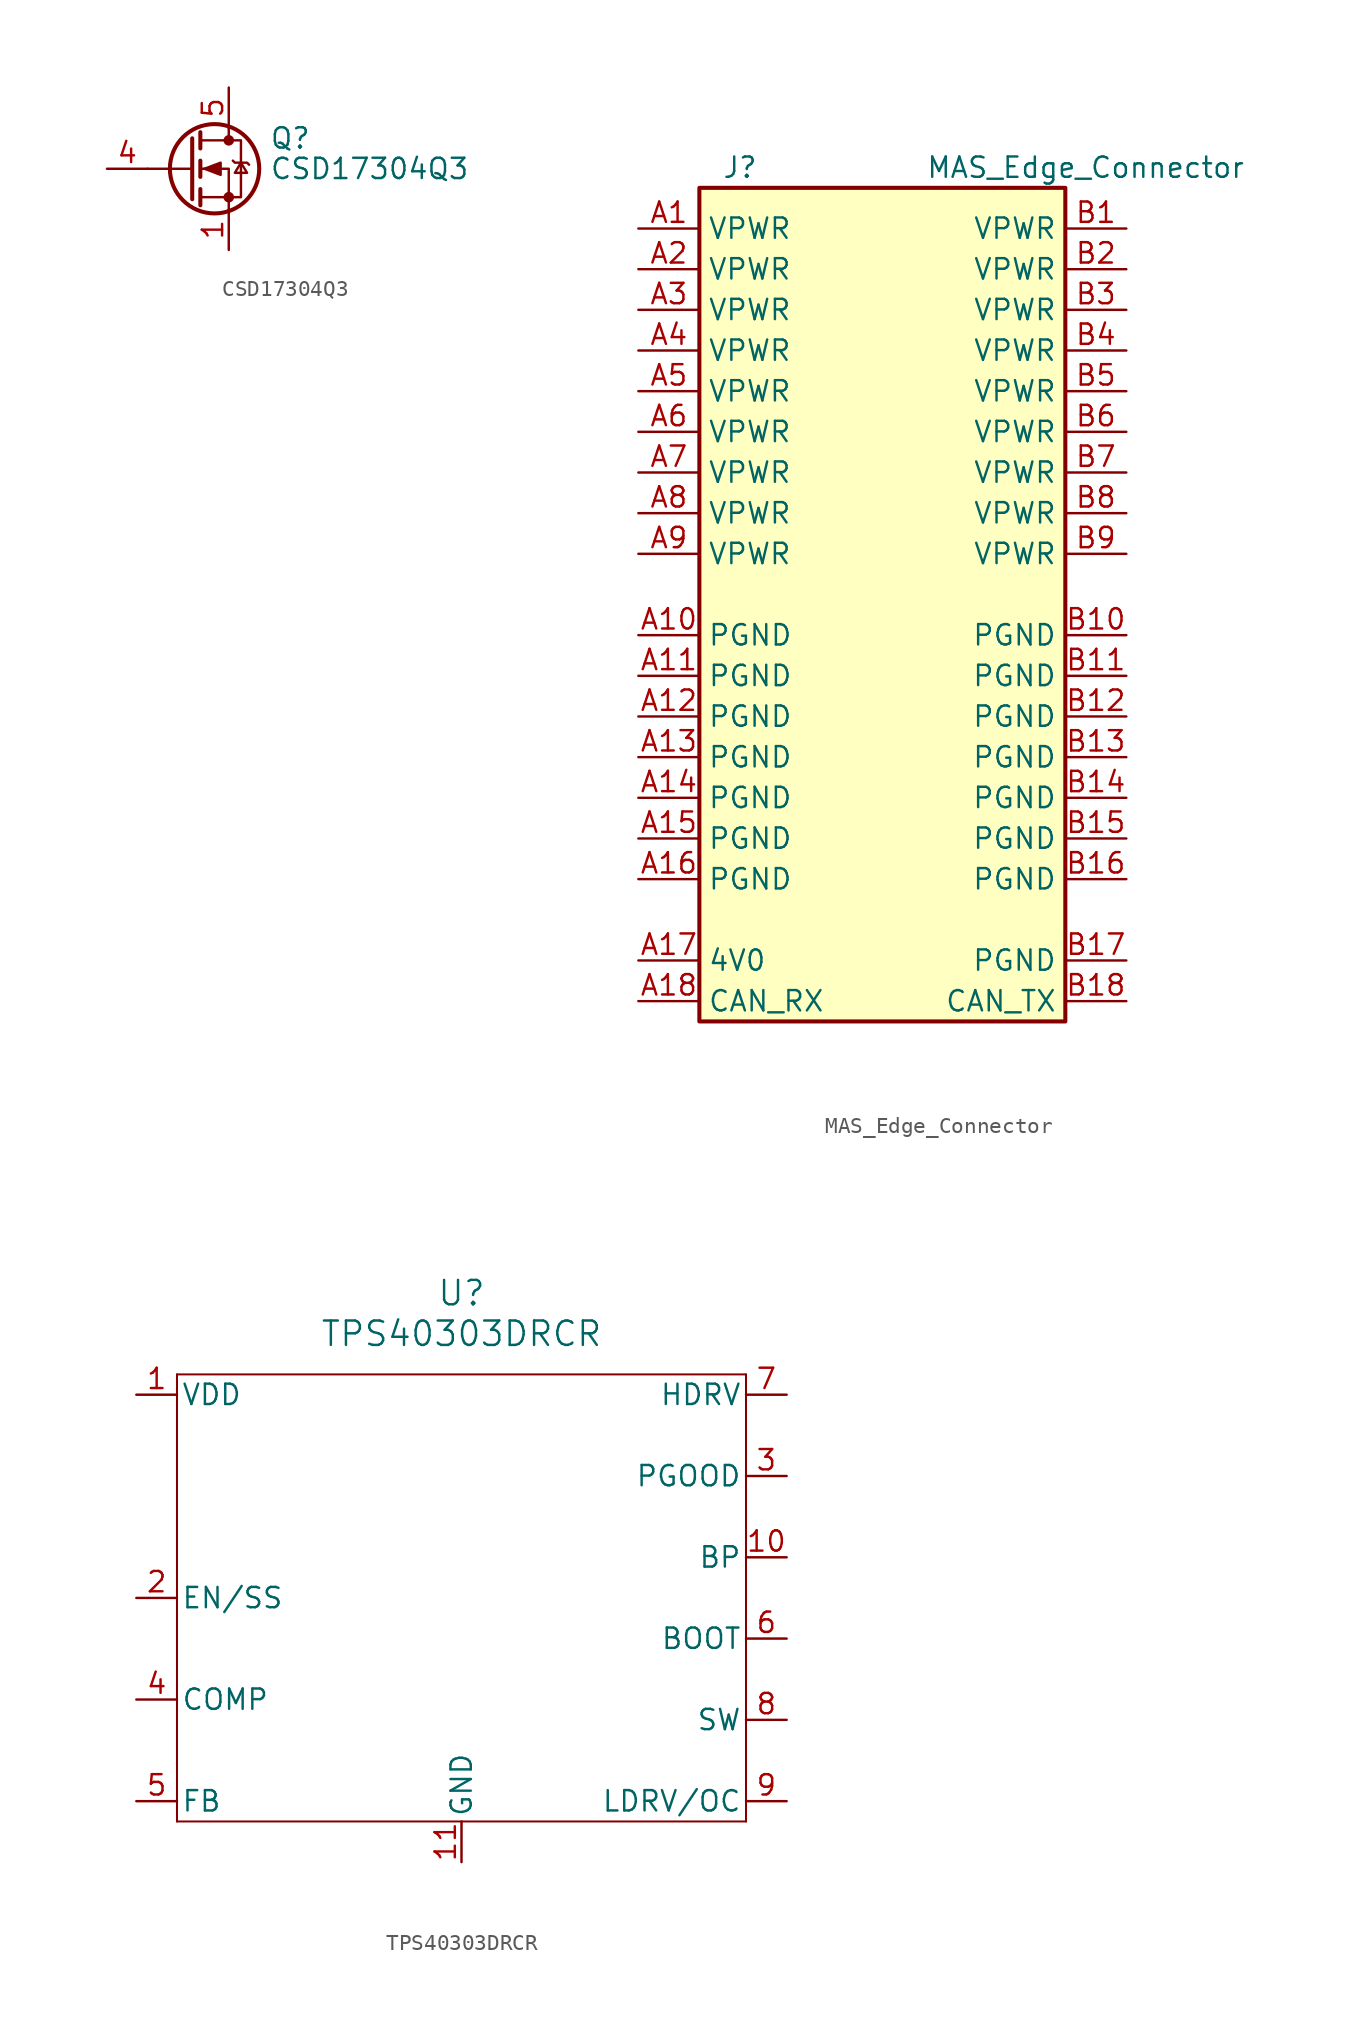
<source format=kicad_sym>
(kicad_symbol_lib
  (version 20220914)
  (generator kicad_symbol_editor)
  (symbol "CSD17304Q3"
    (pin_names hide)
    (property "Reference" "Q"
      (at 5.08 1.905 0)
      (effects (font (size 1.27 1.27)) (justify left)))
    (property "Value" "CSD17304Q3"
      (at 5.08 0 0)
      (effects (font (size 1.27 1.27)) (justify left)))
    (symbol "CSD17304Q3_0_1"
      (polyline (pts (xy 0.254 0) (xy -2.54 0)) (stroke (width 0) (type default)) (fill (type none)))
      (polyline (pts (xy 0.254 1.905) (xy 0.254 -1.905)) (stroke (width 0.254) (type default)) (fill (type none)))
      (polyline (pts (xy 0.762 -1.27) (xy 0.762 -2.286)) (stroke (width 0.254) (type default)) (fill (type none)))
      (polyline (pts (xy 0.762 0.508) (xy 0.762 -0.508)) (stroke (width 0.254) (type default)) (fill (type none)))
      (polyline (pts (xy 0.762 2.286) (xy 0.762 1.27)) (stroke (width 0.254) (type default)) (fill (type none)))
      (polyline (pts (xy 2.54 2.54) (xy 2.54 1.778)) (stroke (width 0) (type default)) (fill (type none)))
      (polyline (pts (xy 2.54 -2.54) (xy 2.54 0) (xy 0.762 0)) (stroke (width 0) (type default)) (fill (type none)))
      (polyline (pts (xy 0.762 -1.778) (xy 3.302 -1.778) (xy 3.302 1.778) (xy 0.762 1.778)) (stroke (width 0) (type default)) (fill (type none)))
      (polyline (pts (xy 1.016 0) (xy 2.032 0.381) (xy 2.032 -0.381) (xy 1.016 0)) (stroke (width 0) (type default)) (fill (type outline)))
      (polyline (pts (xy 2.794 0.508) (xy 2.921 0.381) (xy 3.683 0.381) (xy 3.81 0.254)) (stroke (width 0) (type default)) (fill (type none)))
      (polyline (pts (xy 3.302 0.381) (xy 2.921 -0.254) (xy 3.683 -0.254) (xy 3.302 0.381)) (stroke (width 0) (type default)) (fill (type none)))
      (circle (center 1.651 0) (radius 2.794) (stroke (width 0.254) (type default)) (fill (type none)))
      (circle (center 2.54 -1.778) (radius 0.254) (stroke (width 0) (type default)) (fill (type outline)))
      (circle (center 2.54 1.778) (radius 0.254) (stroke (width 0) (type default)) (fill (type outline))))
    (symbol "CSD17304Q3_1_1"
      (pin passive line (at 2.54 -5.08 90) (length 2.54) (name "S" (effects (font (size 1.27 1.27)))) (number "1" (effects (font (size 1.27 1.27)))))
      (pin passive line (at 2.54 -5.08 90) (length 2.54) hide (name "S" (effects (font (size 1.27 1.27)))) (number "2" (effects (font (size 1.27 1.27)))))
      (pin passive line (at 2.54 -5.08 90) (length 2.54) hide (name "S" (effects (font (size 1.27 1.27)))) (number "3" (effects (font (size 1.27 1.27)))))
      (pin passive line (at -5.08 0 0) (length 2.54) (name "G" (effects (font (size 1.27 1.27)))) (number "4" (effects (font (size 1.27 1.27)))))
      (pin passive line (at 2.54 5.08 270) (length 2.54) (name "D" (effects (font (size 1.27 1.27)))) (number "5" (effects (font (size 1.27 1.27)))))))
  (symbol "MAS_Edge_Connector"
    (property "Reference" "J"
      (at -8.89 22.86 0)
      (effects (font (size 1.27 1.27))))
    (property "Value" "MAS_Edge_Connector"
      (at 12.7 22.86 0)
      (effects (font (size 1.27 1.27))))
    (symbol "MAS_Edge_Connector_0_1"
      (rectangle (start -11.43 21.59) (end 11.43 -30.48) (stroke (width 0.254) (type default)) (fill (type background))))
    (symbol "MAS_Edge_Connector_1_1"
      (pin power_in line (at -15.24 19.05 0) (length 3.81) (name "VPWR" (effects (font (size 1.27 1.27)))) (number "A1" (effects (font (size 1.27 1.27)))))
      (pin input line (at -15.24 -6.35 0) (length 3.81) (name "PGND" (effects (font (size 1.27 1.27)))) (number "A10" (effects (font (size 1.27 1.27)))))
      (pin power_in line (at -15.24 -8.89 0) (length 3.81) (name "PGND" (effects (font (size 1.27 1.27)))) (number "A11" (effects (font (size 1.27 1.27)))))
      (pin power_in line (at -15.24 -11.43 0) (length 3.81) (name "PGND" (effects (font (size 1.27 1.27)))) (number "A12" (effects (font (size 1.27 1.27)))))
      (pin power_in line (at -15.24 -13.97 0) (length 3.81) (name "PGND" (effects (font (size 1.27 1.27)))) (number "A13" (effects (font (size 1.27 1.27)))))
      (pin power_in line (at -15.24 -16.51 0) (length 3.81) (name "PGND" (effects (font (size 1.27 1.27)))) (number "A14" (effects (font (size 1.27 1.27)))))
      (pin power_in line (at -15.24 -19.05 0) (length 3.81) (name "PGND" (effects (font (size 1.27 1.27)))) (number "A15" (effects (font (size 1.27 1.27)))))
      (pin power_in line (at -15.24 -21.59 0) (length 3.81) (name "PGND" (effects (font (size 1.27 1.27)))) (number "A16" (effects (font (size 1.27 1.27)))))
      (pin power_in line (at -15.24 -26.67 0) (length 3.81) (name "4V0" (effects (font (size 1.27 1.27)))) (number "A17" (effects (font (size 1.27 1.27)))))
      (pin power_in line (at -15.24 -29.21 0) (length 3.81) (name "CAN_RX" (effects (font (size 1.27 1.27)))) (number "A18" (effects (font (size 1.27 1.27)))))
      (pin power_in line (at -15.24 16.51 0) (length 3.81) (name "VPWR" (effects (font (size 1.27 1.27)))) (number "A2" (effects (font (size 1.27 1.27)))))
      (pin power_in line (at -15.24 13.97 0) (length 3.81) (name "VPWR" (effects (font (size 1.27 1.27)))) (number "A3" (effects (font (size 1.27 1.27)))))
      (pin power_in line (at -15.24 11.43 0) (length 3.81) (name "VPWR" (effects (font (size 1.27 1.27)))) (number "A4" (effects (font (size 1.27 1.27)))))
      (pin power_in line (at -15.24 8.89 0) (length 3.81) (name "VPWR" (effects (font (size 1.27 1.27)))) (number "A5" (effects (font (size 1.27 1.27)))))
      (pin power_in line (at -15.24 6.35 0) (length 3.81) (name "VPWR" (effects (font (size 1.27 1.27)))) (number "A6" (effects (font (size 1.27 1.27)))))
      (pin power_in line (at -15.24 3.81 0) (length 3.81) (name "VPWR" (effects (font (size 1.27 1.27)))) (number "A7" (effects (font (size 1.27 1.27)))))
      (pin power_in line (at -15.24 1.27 0) (length 3.81) (name "VPWR" (effects (font (size 1.27 1.27)))) (number "A8" (effects (font (size 1.27 1.27)))))
      (pin power_in line (at -15.24 -1.27 0) (length 3.81) (name "VPWR" (effects (font (size 1.27 1.27)))) (number "A9" (effects (font (size 1.27 1.27)))))
      (pin power_in line (at 15.24 19.05 180) (length 3.81) (name "VPWR" (effects (font (size 1.27 1.27)))) (number "B1" (effects (font (size 1.27 1.27)))))
      (pin output line (at 15.24 -6.35 180) (length 3.81) (name "PGND" (effects (font (size 1.27 1.27)))) (number "B10" (effects (font (size 1.27 1.27)))))
      (pin power_in line (at 15.24 -8.89 180) (length 3.81) (name "PGND" (effects (font (size 1.27 1.27)))) (number "B11" (effects (font (size 1.27 1.27)))))
      (pin power_in line (at 15.24 -11.43 180) (length 3.81) (name "PGND" (effects (font (size 1.27 1.27)))) (number "B12" (effects (font (size 1.27 1.27)))))
      (pin power_in line (at 15.24 -13.97 180) (length 3.81) (name "PGND" (effects (font (size 1.27 1.27)))) (number "B13" (effects (font (size 1.27 1.27)))))
      (pin power_in line (at 15.24 -16.51 180) (length 3.81) (name "PGND" (effects (font (size 1.27 1.27)))) (number "B14" (effects (font (size 1.27 1.27)))))
      (pin power_in line (at 15.24 -19.05 180) (length 3.81) (name "PGND" (effects (font (size 1.27 1.27)))) (number "B15" (effects (font (size 1.27 1.27)))))
      (pin power_in line (at 15.24 -21.59 180) (length 3.81) (name "PGND" (effects (font (size 1.27 1.27)))) (number "B16" (effects (font (size 1.27 1.27)))))
      (pin power_in line (at 15.24 -26.67 180) (length 3.81) (name "PGND" (effects (font (size 1.27 1.27)))) (number "B17" (effects (font (size 1.27 1.27)))))
      (pin power_in line (at 15.24 -29.21 180) (length 3.81) (name "CAN_TX" (effects (font (size 1.27 1.27)))) (number "B18" (effects (font (size 1.27 1.27)))))
      (pin power_in line (at 15.24 16.51 180) (length 3.81) (name "VPWR" (effects (font (size 1.27 1.27)))) (number "B2" (effects (font (size 1.27 1.27)))))
      (pin power_in line (at 15.24 13.97 180) (length 3.81) (name "VPWR" (effects (font (size 1.27 1.27)))) (number "B3" (effects (font (size 1.27 1.27)))))
      (pin power_in line (at 15.24 11.43 180) (length 3.81) (name "VPWR" (effects (font (size 1.27 1.27)))) (number "B4" (effects (font (size 1.27 1.27)))))
      (pin power_in line (at 15.24 8.89 180) (length 3.81) (name "VPWR" (effects (font (size 1.27 1.27)))) (number "B5" (effects (font (size 1.27 1.27)))))
      (pin power_in line (at 15.24 6.35 180) (length 3.81) (name "VPWR" (effects (font (size 1.27 1.27)))) (number "B6" (effects (font (size 1.27 1.27)))))
      (pin power_in line (at 15.24 3.81 180) (length 3.81) (name "VPWR" (effects (font (size 1.27 1.27)))) (number "B7" (effects (font (size 1.27 1.27)))))
      (pin power_in line (at 15.24 1.27 180) (length 3.81) (name "VPWR" (effects (font (size 1.27 1.27)))) (number "B8" (effects (font (size 1.27 1.27)))))
      (pin power_in line (at 15.24 -1.27 180) (length 3.81) (name "VPWR" (effects (font (size 1.27 1.27)))) (number "B9" (effects (font (size 1.27 1.27)))))))
  (symbol "TPS40303DRCR"
    (pin_names
      (offset 0.254))
    (property "Reference" "U"
      (at 25.4 10.16 0)
      (effects (font (size 1.524 1.524))))
    (property "Value" "TPS40303DRCR"
      (at 25.4 7.62 0)
      (effects (font (size 1.524 1.524))))
    (property "ki_locked" ""
      (at 0 0 0)
      (effects (font (size 1.27 1.27))))
    (symbol "TPS40303DRCR_0_1"
      (polyline (pts (xy 7.62 -22.86) (xy 43.18 -22.86)) (stroke (width 0.127) (type default)) (fill (type none)))
      (polyline (pts (xy 7.62 5.08) (xy 7.62 -22.86)) (stroke (width 0.127) (type default)) (fill (type none)))
      (polyline (pts (xy 43.18 -22.86) (xy 43.18 5.08)) (stroke (width 0.127) (type default)) (fill (type none)))
      (polyline (pts (xy 43.18 5.08) (xy 7.62 5.08)) (stroke (width 0.127) (type default)) (fill (type none))))
    (symbol "TPS40303DRCR_1_1"
      (pin power_in line (at 5.08 3.81 0) (length 2.54) (name "VDD" (effects (font (size 1.27 1.27)))) (number "1" (effects (font (size 1.27 1.27)))))
      (pin output line (at 45.72 -6.35 180) (length 2.54) (name "BP" (effects (font (size 1.27 1.27)))) (number "10" (effects (font (size 1.27 1.27)))))
      (pin power_in line (at 25.4 -25.4 90) (length 2.54) (name "GND" (effects (font (size 1.27 1.27)))) (number "11" (effects (font (size 1.27 1.27)))))
      (pin input line (at 5.08 -8.89 0) (length 2.54) (name "EN/SS" (effects (font (size 1.27 1.27)))) (number "2" (effects (font (size 1.27 1.27)))))
      (pin output line (at 45.72 -1.27 180) (length 2.54) (name "PGOOD" (effects (font (size 1.27 1.27)))) (number "3" (effects (font (size 1.27 1.27)))))
      (pin output line (at 5.08 -15.24 0) (length 2.54) (name "COMP" (effects (font (size 1.27 1.27)))) (number "4" (effects (font (size 1.27 1.27)))))
      (pin input line (at 5.08 -21.59 0) (length 2.54) (name "FB" (effects (font (size 1.27 1.27)))) (number "5" (effects (font (size 1.27 1.27)))))
      (pin input line (at 45.72 -11.43 180) (length 2.54) (name "BOOT" (effects (font (size 1.27 1.27)))) (number "6" (effects (font (size 1.27 1.27)))))
      (pin output line (at 45.72 3.81 180) (length 2.54) (name "HDRV" (effects (font (size 1.27 1.27)))) (number "7" (effects (font (size 1.27 1.27)))))
      (pin output line (at 45.72 -16.51 180) (length 2.54) (name "SW" (effects (font (size 1.27 1.27)))) (number "8" (effects (font (size 1.27 1.27)))))
      (pin output line (at 45.72 -21.59 180) (length 2.54) (name "LDRV/OC" (effects (font (size 1.27 1.27)))) (number "9" (effects (font (size 1.27 1.27))))))))
</source>
